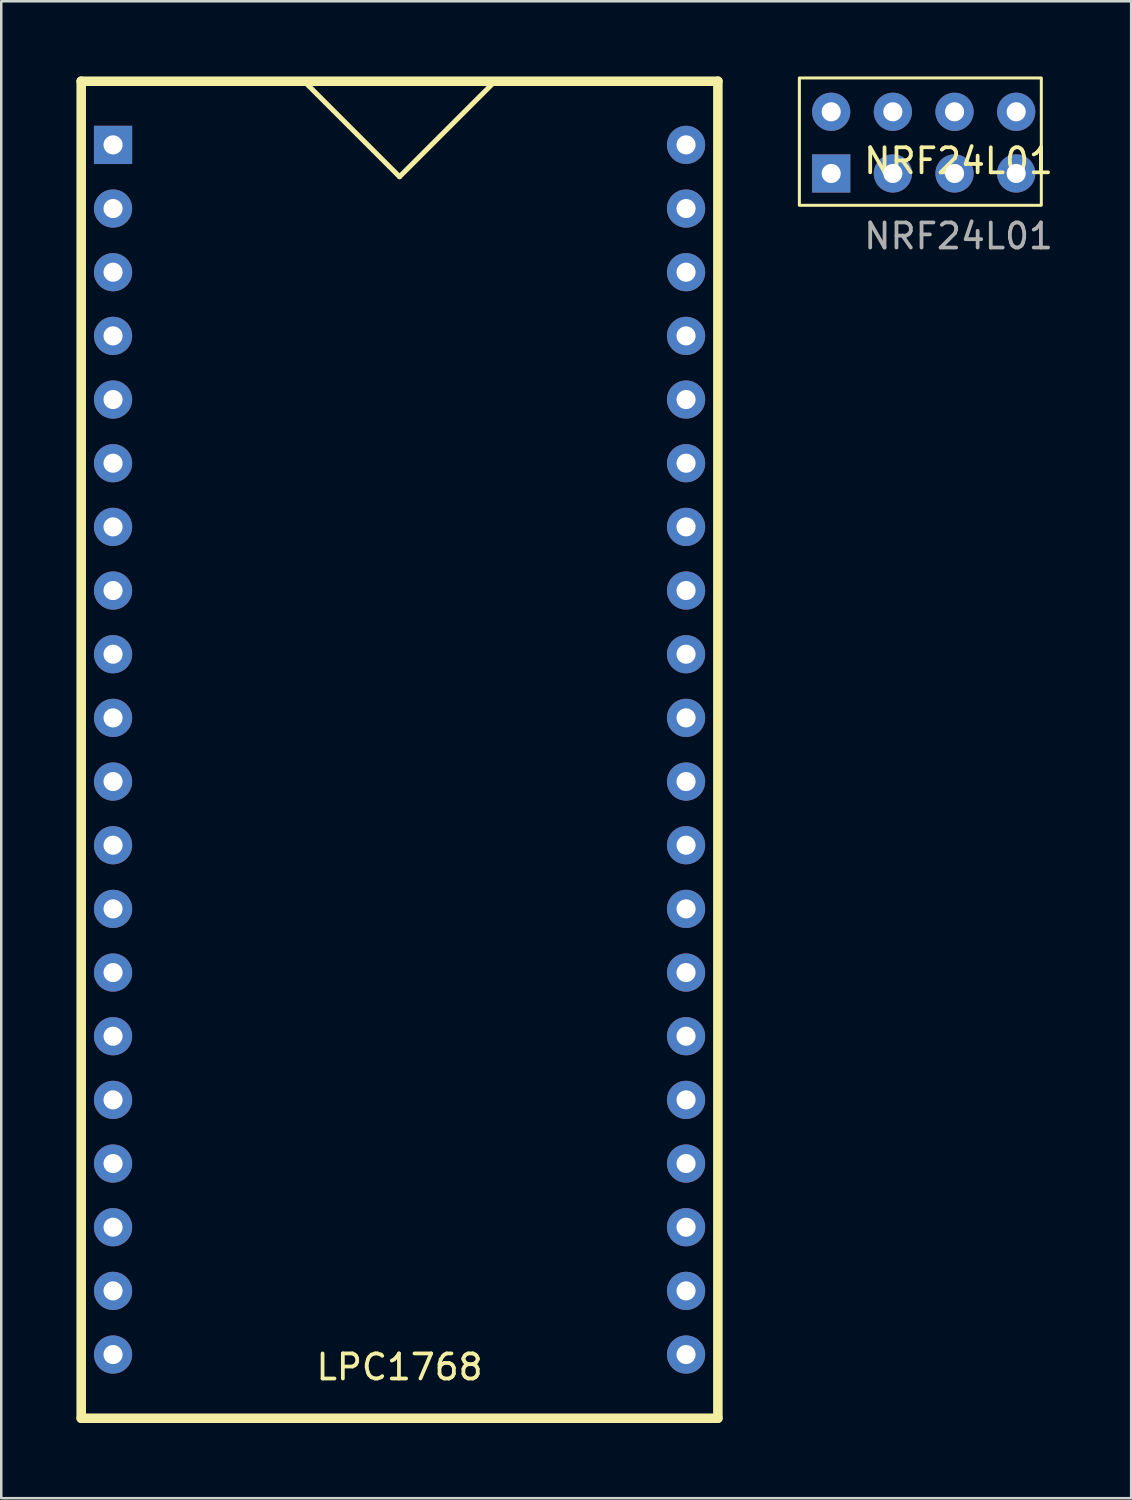
<source format=kicad_pcb>
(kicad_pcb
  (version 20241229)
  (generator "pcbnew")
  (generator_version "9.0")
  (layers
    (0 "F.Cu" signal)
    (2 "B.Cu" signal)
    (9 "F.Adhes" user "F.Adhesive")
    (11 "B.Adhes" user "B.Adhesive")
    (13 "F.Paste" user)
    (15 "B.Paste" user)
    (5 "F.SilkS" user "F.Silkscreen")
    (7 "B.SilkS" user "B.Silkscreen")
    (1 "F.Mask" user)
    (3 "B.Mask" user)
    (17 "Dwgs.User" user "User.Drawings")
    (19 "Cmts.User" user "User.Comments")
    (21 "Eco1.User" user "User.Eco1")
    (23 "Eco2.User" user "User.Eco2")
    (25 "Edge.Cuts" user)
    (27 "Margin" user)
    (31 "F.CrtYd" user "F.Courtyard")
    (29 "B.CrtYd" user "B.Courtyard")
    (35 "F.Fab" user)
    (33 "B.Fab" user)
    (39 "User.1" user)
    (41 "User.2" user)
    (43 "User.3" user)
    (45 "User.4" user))
  (footprint "NRF24L01"
    (layer "F.Cu")
    (at 30.111 3.87)
    (property "Reference" "NRF24L01" (at 5.08 -0.5 0) (unlocked yes) (layer "F.SilkS") (effects (font (size 1 1) (thickness 0.15))))
    (attr through_hole)
    (fp_rect (start -1.27 -3.81) (end 8.382 1.27) (stroke (width 0.12) (type solid)) (fill no) (layer "F.SilkS"))
    (fp_text user "${REFERENCE}" (at 5.08 2.5 0) (unlocked yes) (layer "F.Fab") (effects (font (size 1 1) (thickness 0.15))))
    (pad "1" thru_hole rect (at 0 0) (size 1.524 1.524) (drill 0.762) (layers "*.Cu" "*.Mask"))
    (pad "2" thru_hole circle (at 0 -2.46) (size 1.524 1.524) (drill 0.762) (layers "*.Cu" "*.Mask"))
    (pad "3" thru_hole circle (at 2.46 0) (size 1.524 1.524) (drill 0.762) (layers "*.Cu" "*.Mask"))
    (pad "4" thru_hole circle (at 2.46 -2.46) (size 1.524 1.524) (drill 0.762) (layers "*.Cu" "*.Mask"))
    (pad "5" thru_hole circle (at 4.92 0) (size 1.524 1.524) (drill 0.762) (layers "*.Cu" "*.Mask"))
    (pad "6" thru_hole circle (at 4.92 -2.46) (size 1.524 1.524) (drill 0.762) (layers "*.Cu" "*.Mask"))
    (pad "7" thru_hole circle (at 7.38 0) (size 1.524 1.524) (drill 0.762) (layers "*.Cu" "*.Mask"))
    (pad "8" thru_hole circle (at 7.38 -2.46) (size 1.524 1.524) (drill 0.762) (layers "*.Cu" "*.Mask")))
  (footprint "LPC1768"
    (layer "F.Cu")
    (at 12.89 26.86)
    (property "Reference" "LPC1768" (at 0 24.63 0) (layer "F.SilkS") (effects (font (size 1 1) (thickness 0.15))))
    (attr through_hole)
    (fp_line (start -12.7 -26.67) (end -12.7 26.67) (stroke (width 0.381) (type solid)) (layer "F.SilkS"))
    (fp_line (start 0 -22.86) (end -3.81 -26.67) (stroke (width 0.2) (type solid)) (layer "F.SilkS"))
    (fp_line (start 3.81 -26.67) (end 0 -22.86) (stroke (width 0.2) (type solid)) (layer "F.SilkS"))
    (fp_line (start 12.7 -26.67) (end -12.7 -26.67) (stroke (width 0.381) (type solid)) (layer "F.SilkS"))
    (fp_line (start 12.7 -26.67) (end 12.7 26.67) (stroke (width 0.381) (type solid)) (layer "F.SilkS"))
    (fp_line (start 12.7 26.67) (end -12.7 26.67) (stroke (width 0.381) (type solid)) (layer "F.SilkS"))
    (pad "1" thru_hole rect (at -11.43 -24.13) (size 1.524 1.524) (drill 0.762) (layers "*.Cu" "*.Mask"))
    (pad "2" thru_hole circle (at -11.43 -21.59) (size 1.524 1.524) (drill 0.762) (layers "*.Cu" "*.Mask"))
    (pad "3" thru_hole circle (at -11.43 -19.05) (size 1.524 1.524) (drill 0.762) (layers "*.Cu" "*.Mask"))
    (pad "4" thru_hole circle (at -11.43 -16.51) (size 1.524 1.524) (drill 0.762) (layers "*.Cu" "*.Mask"))
    (pad "5" thru_hole circle (at -11.43 -13.97) (size 1.524 1.524) (drill 0.762) (layers "*.Cu" "*.Mask"))
    (pad "6" thru_hole circle (at -11.43 -11.43) (size 1.524 1.524) (drill 0.762) (layers "*.Cu" "*.Mask"))
    (pad "7" thru_hole circle (at -11.43 -8.89) (size 1.524 1.524) (drill 0.762) (layers "*.Cu" "*.Mask"))
    (pad "8" thru_hole circle (at -11.43 -6.35) (size 1.524 1.524) (drill 0.762) (layers "*.Cu" "*.Mask"))
    (pad "9" thru_hole circle (at -11.43 -3.81) (size 1.524 1.524) (drill 0.762) (layers "*.Cu" "*.Mask"))
    (pad "10" thru_hole circle (at -11.43 -1.27) (size 1.524 1.524) (drill 0.762) (layers "*.Cu" "*.Mask"))
    (pad "11" thru_hole circle (at -11.43 1.27) (size 1.524 1.524) (drill 0.762) (layers "*.Cu" "*.Mask"))
    (pad "12" thru_hole circle (at -11.43 3.81) (size 1.524 1.524) (drill 0.762) (layers "*.Cu" "*.Mask"))
    (pad "13" thru_hole circle (at -11.43 6.35) (size 1.524 1.524) (drill 0.762) (layers "*.Cu" "*.Mask"))
    (pad "14" thru_hole circle (at -11.43 8.89) (size 1.524 1.524) (drill 0.762) (layers "*.Cu" "*.Mask"))
    (pad "15" thru_hole circle (at -11.43 11.43) (size 1.524 1.524) (drill 0.762) (layers "*.Cu" "*.Mask"))
    (pad "16" thru_hole circle (at -11.43 13.97) (size 1.524 1.524) (drill 0.762) (layers "*.Cu" "*.Mask"))
    (pad "17" thru_hole circle (at -11.43 16.51) (size 1.524 1.524) (drill 0.762) (layers "*.Cu" "*.Mask"))
    (pad "18" thru_hole circle (at -11.43 19.05) (size 1.524 1.524) (drill 0.762) (layers "*.Cu" "*.Mask"))
    (pad "19" thru_hole circle (at -11.43 21.59) (size 1.524 1.524) (drill 0.762) (layers "*.Cu" "*.Mask"))
    (pad "20" thru_hole circle (at -11.43 24.13) (size 1.524 1.524) (drill 0.762) (layers "*.Cu" "*.Mask"))
    (pad "21" thru_hole circle (at 11.43 24.13) (size 1.524 1.524) (drill 0.762) (layers "*.Cu" "*.Mask"))
    (pad "22" thru_hole circle (at 11.43 21.59) (size 1.524 1.524) (drill 0.762) (layers "*.Cu" "*.Mask"))
    (pad "23" thru_hole circle (at 11.43 19.05) (size 1.524 1.524) (drill 0.762) (layers "*.Cu" "*.Mask"))
    (pad "24" thru_hole circle (at 11.43 16.51) (size 1.524 1.524) (drill 0.762) (layers "*.Cu" "*.Mask"))
    (pad "25" thru_hole circle (at 11.43 13.97) (size 1.524 1.524) (drill 0.762) (layers "*.Cu" "*.Mask"))
    (pad "26" thru_hole circle (at 11.43 11.43) (size 1.524 1.524) (drill 0.762) (layers "*.Cu" "*.Mask"))
    (pad "27" thru_hole circle (at 11.43 8.89) (size 1.524 1.524) (drill 0.762) (layers "*.Cu" "*.Mask"))
    (pad "28" thru_hole circle (at 11.43 6.35) (size 1.524 1.524) (drill 0.762) (layers "*.Cu" "*.Mask"))
    (pad "29" thru_hole circle (at 11.43 3.81) (size 1.524 1.524) (drill 0.762) (layers "*.Cu" "*.Mask"))
    (pad "30" thru_hole circle (at 11.43 1.27) (size 1.524 1.524) (drill 0.762) (layers "*.Cu" "*.Mask"))
    (pad "31" thru_hole circle (at 11.43 -1.27) (size 1.524 1.524) (drill 0.762) (layers "*.Cu" "*.Mask"))
    (pad "32" thru_hole circle (at 11.43 -3.81) (size 1.524 1.524) (drill 0.762) (layers "*.Cu" "*.Mask"))
    (pad "33" thru_hole circle (at 11.43 -6.35) (size 1.524 1.524) (drill 0.762) (layers "*.Cu" "*.Mask"))
    (pad "34" thru_hole circle (at 11.43 -8.89) (size 1.524 1.524) (drill 0.762) (layers "*.Cu" "*.Mask"))
    (pad "35" thru_hole circle (at 11.43 -11.43) (size 1.524 1.524) (drill 0.762) (layers "*.Cu" "*.Mask"))
    (pad "36" thru_hole circle (at 11.43 -13.97) (size 1.524 1.524) (drill 0.762) (layers "*.Cu" "*.Mask"))
    (pad "37" thru_hole circle (at 11.43 -16.51) (size 1.524 1.524) (drill 0.762) (layers "*.Cu" "*.Mask"))
    (pad "38" thru_hole circle (at 11.43 -19.05) (size 1.524 1.524) (drill 0.762) (layers "*.Cu" "*.Mask"))
    (pad "39" thru_hole circle (at 11.43 -21.59) (size 1.524 1.524) (drill 0.762) (layers "*.Cu" "*.Mask"))
    (pad "40" thru_hole circle (at 11.43 -24.13) (size 1.524 1.524) (drill 0.762) (layers "*.Cu" "*.Mask")))
  (gr_rect
    (start -3 -3)
    (end 42.078 56.721)
    (stroke (width 0.1) (type default))
    (fill no)
    (layer "Edge.Cuts")))
</source>
